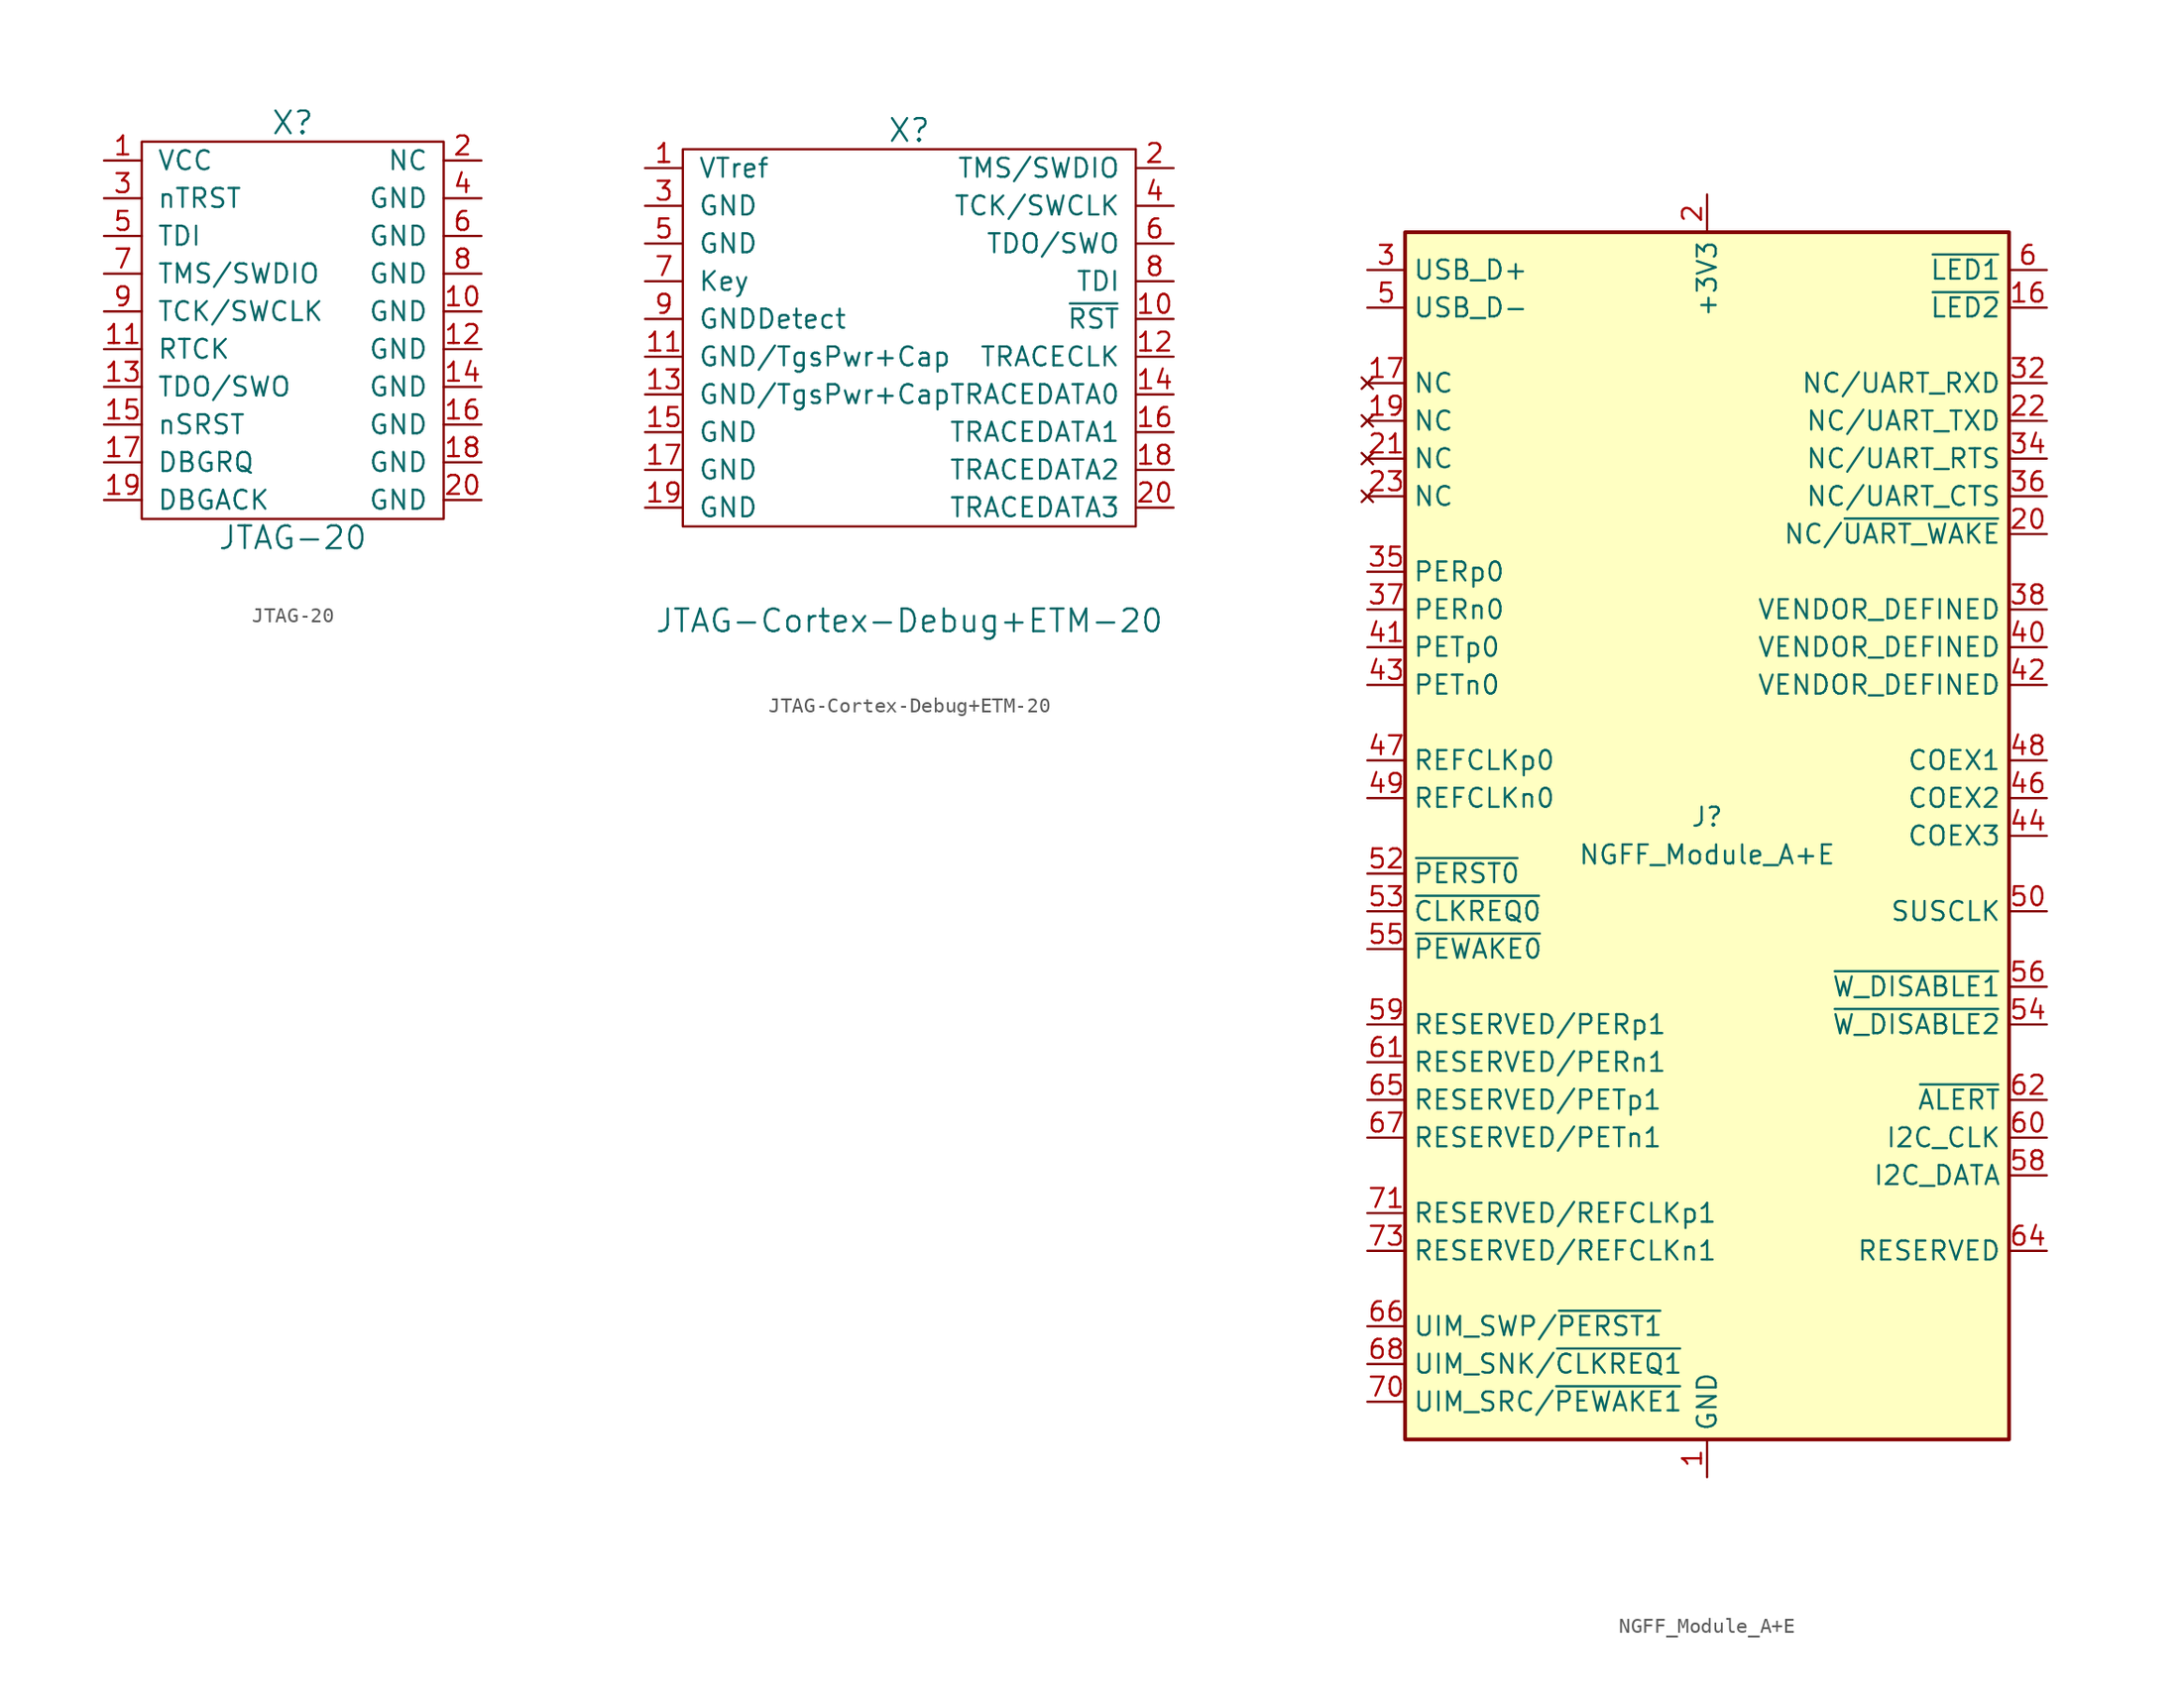
<source format=kicad_sym>
(kicad_symbol_lib
  (version 20201005)
  (generator kicad_symbol_editor)
  (symbol "pkl_conn:JTAG-20"
    (pin_names
      (offset 1.016))
    (property "Reference" "X"
      (at 0 12.7 0)
      (effects (font (size 1.524 1.524))))
    (property "Value" "JTAG-20"
      (at 0 -15.24 0)
      (effects (font (size 1.524 1.524))))
    (property "Footprint" ""
      (at 0 5.08 0)
      (effects (font (size 1.524 1.524))))
    (property "Datasheet" ""
      (at 0 5.08 0)
      (effects (font (size 1.524 1.524))))
    (symbol "JTAG-20_0_1"
      (rectangle (start -10.16 11.43) (end 10.16 -13.97) (stroke (width 0)) (fill (type none))))
    (symbol "JTAG-20_1_1"
      (pin passive line (at -12.7 10.16 0) (length 2.54) (name "VCC" (effects (font (size 1.27 1.27)))) (number "1" (effects (font (size 1.27 1.27)))))
      (pin passive line (at 12.7 0 180) (length 2.54) (name "GND" (effects (font (size 1.27 1.27)))) (number "10" (effects (font (size 1.27 1.27)))))
      (pin passive line (at -12.7 -2.54 0) (length 2.54) (name "RTCK" (effects (font (size 1.27 1.27)))) (number "11" (effects (font (size 1.27 1.27)))))
      (pin passive line (at 12.7 -2.54 180) (length 2.54) (name "GND" (effects (font (size 1.27 1.27)))) (number "12" (effects (font (size 1.27 1.27)))))
      (pin passive line (at -12.7 -5.08 0) (length 2.54) (name "TDO/SWO" (effects (font (size 1.27 1.27)))) (number "13" (effects (font (size 1.27 1.27)))))
      (pin passive line (at 12.7 -5.08 180) (length 2.54) (name "GND" (effects (font (size 1.27 1.27)))) (number "14" (effects (font (size 1.27 1.27)))))
      (pin passive line (at -12.7 -7.62 0) (length 2.54) (name "nSRST" (effects (font (size 1.27 1.27)))) (number "15" (effects (font (size 1.27 1.27)))))
      (pin passive line (at 12.7 -7.62 180) (length 2.54) (name "GND" (effects (font (size 1.27 1.27)))) (number "16" (effects (font (size 1.27 1.27)))))
      (pin passive line (at -12.7 -10.16 0) (length 2.54) (name "DBGRQ" (effects (font (size 1.27 1.27)))) (number "17" (effects (font (size 1.27 1.27)))))
      (pin passive line (at 12.7 -10.16 180) (length 2.54) (name "GND" (effects (font (size 1.27 1.27)))) (number "18" (effects (font (size 1.27 1.27)))))
      (pin passive line (at -12.7 -12.7 0) (length 2.54) (name "DBGACK" (effects (font (size 1.27 1.27)))) (number "19" (effects (font (size 1.27 1.27)))))
      (pin passive line (at 12.7 10.16 180) (length 2.54) (name "NC" (effects (font (size 1.27 1.27)))) (number "2" (effects (font (size 1.27 1.27)))))
      (pin passive line (at 12.7 -12.7 180) (length 2.54) (name "GND" (effects (font (size 1.27 1.27)))) (number "20" (effects (font (size 1.27 1.27)))))
      (pin passive line (at -12.7 7.62 0) (length 2.54) (name "nTRST" (effects (font (size 1.27 1.27)))) (number "3" (effects (font (size 1.27 1.27)))))
      (pin passive line (at 12.7 7.62 180) (length 2.54) (name "GND" (effects (font (size 1.27 1.27)))) (number "4" (effects (font (size 1.27 1.27)))))
      (pin passive line (at -12.7 5.08 0) (length 2.54) (name "TDI" (effects (font (size 1.27 1.27)))) (number "5" (effects (font (size 1.27 1.27)))))
      (pin passive line (at 12.7 5.08 180) (length 2.54) (name "GND" (effects (font (size 1.27 1.27)))) (number "6" (effects (font (size 1.27 1.27)))))
      (pin passive line (at -12.7 2.54 0) (length 2.54) (name "TMS/SWDIO" (effects (font (size 1.27 1.27)))) (number "7" (effects (font (size 1.27 1.27)))))
      (pin passive line (at 12.7 2.54 180) (length 2.54) (name "GND" (effects (font (size 1.27 1.27)))) (number "8" (effects (font (size 1.27 1.27)))))
      (pin passive line (at -12.7 0 0) (length 2.54) (name "TCK/SWCLK" (effects (font (size 1.27 1.27)))) (number "9" (effects (font (size 1.27 1.27)))))))
  (symbol "pkl_conn:JTAG-Cortex-Debug+ETM-20"
    (pin_names
      (offset 1.016))
    (property "Reference" "X"
      (at 0 10.16 0)
      (effects (font (size 1.524 1.524))))
    (property "Value" "JTAG-Cortex-Debug+ETM-20"
      (at 0 -22.86 0)
      (effects (font (size 1.524 1.524))))
    (property "Footprint" ""
      (at 0 0 0)
      (effects (font (size 1.524 1.524))))
    (property "Datasheet" ""
      (at 0 0 0)
      (effects (font (size 1.524 1.524))))
    (symbol "JTAG-Cortex-Debug+ETM-20_0_1"
      (rectangle (start -15.24 8.89) (end 15.24 -16.51) (stroke (width 0)) (fill (type none))))
    (symbol "JTAG-Cortex-Debug+ETM-20_1_1"
      (pin passive line (at -17.78 7.62 0) (length 2.54) (name "VTref" (effects (font (size 1.27 1.27)))) (number "1" (effects (font (size 1.27 1.27)))))
      (pin passive line (at 17.78 -2.54 180) (length 2.54) (name "~RST" (effects (font (size 1.27 1.27)))) (number "10" (effects (font (size 1.27 1.27)))))
      (pin passive line (at -17.78 -5.08 0) (length 2.54) (name "GND/TgsPwr+Cap" (effects (font (size 1.27 1.27)))) (number "11" (effects (font (size 1.27 1.27)))))
      (pin passive line (at 17.78 -5.08 180) (length 2.54) (name "TRACECLK" (effects (font (size 1.27 1.27)))) (number "12" (effects (font (size 1.27 1.27)))))
      (pin passive line (at -17.78 -7.62 0) (length 2.54) (name "GND/TgsPwr+Cap" (effects (font (size 1.27 1.27)))) (number "13" (effects (font (size 1.27 1.27)))))
      (pin passive line (at 17.78 -7.62 180) (length 2.54) (name "TRACEDATA0" (effects (font (size 1.27 1.27)))) (number "14" (effects (font (size 1.27 1.27)))))
      (pin passive line (at -17.78 -10.16 0) (length 2.54) (name "GND" (effects (font (size 1.27 1.27)))) (number "15" (effects (font (size 1.27 1.27)))))
      (pin passive line (at 17.78 -10.16 180) (length 2.54) (name "TRACEDATA1" (effects (font (size 1.27 1.27)))) (number "16" (effects (font (size 1.27 1.27)))))
      (pin passive line (at -17.78 -12.7 0) (length 2.54) (name "GND" (effects (font (size 1.27 1.27)))) (number "17" (effects (font (size 1.27 1.27)))))
      (pin passive line (at 17.78 -12.7 180) (length 2.54) (name "TRACEDATA2" (effects (font (size 1.27 1.27)))) (number "18" (effects (font (size 1.27 1.27)))))
      (pin passive line (at -17.78 -15.24 0) (length 2.54) (name "GND" (effects (font (size 1.27 1.27)))) (number "19" (effects (font (size 1.27 1.27)))))
      (pin passive line (at 17.78 7.62 180) (length 2.54) (name "TMS/SWDIO" (effects (font (size 1.27 1.27)))) (number "2" (effects (font (size 1.27 1.27)))))
      (pin passive line (at 17.78 -15.24 180) (length 2.54) (name "TRACEDATA3" (effects (font (size 1.27 1.27)))) (number "20" (effects (font (size 1.27 1.27)))))
      (pin passive line (at -17.78 5.08 0) (length 2.54) (name "GND" (effects (font (size 1.27 1.27)))) (number "3" (effects (font (size 1.27 1.27)))))
      (pin passive line (at 17.78 5.08 180) (length 2.54) (name "TCK/SWCLK" (effects (font (size 1.27 1.27)))) (number "4" (effects (font (size 1.27 1.27)))))
      (pin passive line (at -17.78 2.54 0) (length 2.54) (name "GND" (effects (font (size 1.27 1.27)))) (number "5" (effects (font (size 1.27 1.27)))))
      (pin passive line (at 17.78 2.54 180) (length 2.54) (name "TDO/SWO" (effects (font (size 1.27 1.27)))) (number "6" (effects (font (size 1.27 1.27)))))
      (pin passive line (at -17.78 0 0) (length 2.54) (name "Key" (effects (font (size 1.27 1.27)))) (number "7" (effects (font (size 1.27 1.27)))))
      (pin passive line (at 17.78 0 180) (length 2.54) (name "TDI" (effects (font (size 1.27 1.27)))) (number "8" (effects (font (size 1.27 1.27)))))
      (pin passive line (at -17.78 -2.54 0) (length 2.54) (name "GNDDetect" (effects (font (size 1.27 1.27)))) (number "9" (effects (font (size 1.27 1.27)))))))
  (symbol "pkl_conn:NGFF_Module_A+E"
    (property "Reference" "J"
      (at 0 1.27 0)
      (effects (font (size 1.27 1.27))))
    (property "Value" "NGFF_Module_A+E"
      (at 0 -1.27 0)
      (effects (font (size 1.27 1.27))))
    (symbol "NGFF_Module_A+E_1_1"
      (rectangle (start -20.32 40.64) (end 20.32 -40.64) (stroke (width 0.254)) (fill (type background)))
      (pin power_in line (at 0 -43.18 90) (length 2.54) (name "GND" (effects (font (size 1.27 1.27)))) (number "1" (effects (font (size 1.27 1.27)))))
      (pin input line (at 22.86 35.56 180) (length 2.54) (name "~LED2" (effects (font (size 1.27 1.27)))) (number "16" (effects (font (size 1.27 1.27)))))
      (pin no_connect line (at -22.86 30.48 0) (length 2.54) (name "NC" (effects (font (size 1.27 1.27)))) (number "17" (effects (font (size 1.27 1.27)))))
      (pin passive line (at 0 -43.18 90) (length 2.54) hide (name "GND" (effects (font (size 1.27 1.27)))) (number "18" (effects (font (size 1.27 1.27)))))
      (pin no_connect line (at -22.86 27.94 0) (length 2.54) (name "NC" (effects (font (size 1.27 1.27)))) (number "19" (effects (font (size 1.27 1.27)))))
      (pin power_in line (at 0 43.18 270) (length 2.54) (name "+3V3" (effects (font (size 1.27 1.27)))) (number "2" (effects (font (size 1.27 1.27)))))
      (pin input line (at 22.86 20.32 180) (length 2.54) (name "NC/~UART_WAKE" (effects (font (size 1.27 1.27)))) (number "20" (effects (font (size 1.27 1.27)))))
      (pin no_connect line (at -22.86 25.4 0) (length 2.54) (name "NC" (effects (font (size 1.27 1.27)))) (number "21" (effects (font (size 1.27 1.27)))))
      (pin input line (at 22.86 27.94 180) (length 2.54) (name "NC/UART_TXD" (effects (font (size 1.27 1.27)))) (number "22" (effects (font (size 1.27 1.27)))))
      (pin no_connect line (at -22.86 22.86 0) (length 2.54) (name "NC" (effects (font (size 1.27 1.27)))) (number "23" (effects (font (size 1.27 1.27)))))
      (pin bidirectional line (at -22.86 38.1 0) (length 2.54) (name "USB_D+" (effects (font (size 1.27 1.27)))) (number "3" (effects (font (size 1.27 1.27)))))
      (pin output line (at 22.86 30.48 180) (length 2.54) (name "NC/UART_RXD" (effects (font (size 1.27 1.27)))) (number "32" (effects (font (size 1.27 1.27)))))
      (pin passive line (at 0 -43.18 90) (length 2.54) hide (name "GND" (effects (font (size 1.27 1.27)))) (number "33" (effects (font (size 1.27 1.27)))))
      (pin input line (at 22.86 25.4 180) (length 2.54) (name "NC/UART_RTS" (effects (font (size 1.27 1.27)))) (number "34" (effects (font (size 1.27 1.27)))))
      (pin input line (at -22.86 17.78 0) (length 2.54) (name "PERp0" (effects (font (size 1.27 1.27)))) (number "35" (effects (font (size 1.27 1.27)))))
      (pin output line (at 22.86 22.86 180) (length 2.54) (name "NC/UART_CTS" (effects (font (size 1.27 1.27)))) (number "36" (effects (font (size 1.27 1.27)))))
      (pin input line (at -22.86 15.24 0) (length 2.54) (name "PERn0" (effects (font (size 1.27 1.27)))) (number "37" (effects (font (size 1.27 1.27)))))
      (pin unspecified line (at 22.86 15.24 180) (length 2.54) (name "VENDOR_DEFINED" (effects (font (size 1.27 1.27)))) (number "38" (effects (font (size 1.27 1.27)))))
      (pin passive line (at 0 -43.18 90) (length 2.54) hide (name "GND" (effects (font (size 1.27 1.27)))) (number "39" (effects (font (size 1.27 1.27)))))
      (pin passive line (at 0 43.18 270) (length 2.54) hide (name "+3V3" (effects (font (size 1.27 1.27)))) (number "4" (effects (font (size 1.27 1.27)))))
      (pin unspecified line (at 22.86 12.7 180) (length 2.54) (name "VENDOR_DEFINED" (effects (font (size 1.27 1.27)))) (number "40" (effects (font (size 1.27 1.27)))))
      (pin output line (at -22.86 12.7 0) (length 2.54) (name "PETp0" (effects (font (size 1.27 1.27)))) (number "41" (effects (font (size 1.27 1.27)))))
      (pin unspecified line (at 22.86 10.16 180) (length 2.54) (name "VENDOR_DEFINED" (effects (font (size 1.27 1.27)))) (number "42" (effects (font (size 1.27 1.27)))))
      (pin output line (at -22.86 10.16 0) (length 2.54) (name "PETn0" (effects (font (size 1.27 1.27)))) (number "43" (effects (font (size 1.27 1.27)))))
      (pin passive line (at 22.86 0 180) (length 2.54) (name "COEX3" (effects (font (size 1.27 1.27)))) (number "44" (effects (font (size 1.27 1.27)))))
      (pin passive line (at 0 -43.18 90) (length 2.54) hide (name "GND" (effects (font (size 1.27 1.27)))) (number "45" (effects (font (size 1.27 1.27)))))
      (pin passive line (at 22.86 2.54 180) (length 2.54) (name "COEX2" (effects (font (size 1.27 1.27)))) (number "46" (effects (font (size 1.27 1.27)))))
      (pin output line (at -22.86 5.08 0) (length 2.54) (name "REFCLKp0" (effects (font (size 1.27 1.27)))) (number "47" (effects (font (size 1.27 1.27)))))
      (pin passive line (at 22.86 5.08 180) (length 2.54) (name "COEX1" (effects (font (size 1.27 1.27)))) (number "48" (effects (font (size 1.27 1.27)))))
      (pin output line (at -22.86 2.54 0) (length 2.54) (name "REFCLKn0" (effects (font (size 1.27 1.27)))) (number "49" (effects (font (size 1.27 1.27)))))
      (pin bidirectional line (at -22.86 35.56 0) (length 2.54) (name "USB_D-" (effects (font (size 1.27 1.27)))) (number "5" (effects (font (size 1.27 1.27)))))
      (pin output line (at 22.86 -5.08 180) (length 2.54) (name "SUSCLK" (effects (font (size 1.27 1.27)))) (number "50" (effects (font (size 1.27 1.27)))))
      (pin passive line (at 0 -43.18 90) (length 2.54) hide (name "GND" (effects (font (size 1.27 1.27)))) (number "51" (effects (font (size 1.27 1.27)))))
      (pin output line (at -22.86 -2.54 0) (length 2.54) (name "~PERST0" (effects (font (size 1.27 1.27)))) (number "52" (effects (font (size 1.27 1.27)))))
      (pin input line (at -22.86 -5.08 0) (length 2.54) (name "~CLKREQ0" (effects (font (size 1.27 1.27)))) (number "53" (effects (font (size 1.27 1.27)))))
      (pin output line (at 22.86 -12.7 180) (length 2.54) (name "~W_DISABLE2" (effects (font (size 1.27 1.27)))) (number "54" (effects (font (size 1.27 1.27)))))
      (pin open_collector line (at -22.86 -7.62 0) (length 2.54) (name "~PEWAKE0" (effects (font (size 1.27 1.27)))) (number "55" (effects (font (size 1.27 1.27)))))
      (pin output line (at 22.86 -10.16 180) (length 2.54) (name "~W_DISABLE1" (effects (font (size 1.27 1.27)))) (number "56" (effects (font (size 1.27 1.27)))))
      (pin passive line (at 0 -43.18 90) (length 2.54) hide (name "GND" (effects (font (size 1.27 1.27)))) (number "57" (effects (font (size 1.27 1.27)))))
      (pin bidirectional line (at 22.86 -22.86 180) (length 2.54) (name "I2C_DATA" (effects (font (size 1.27 1.27)))) (number "58" (effects (font (size 1.27 1.27)))))
      (pin input line (at -22.86 -12.7 0) (length 2.54) (name "RESERVED/PERp1" (effects (font (size 1.27 1.27)))) (number "59" (effects (font (size 1.27 1.27)))))
      (pin input line (at 22.86 38.1 180) (length 2.54) (name "~LED1" (effects (font (size 1.27 1.27)))) (number "6" (effects (font (size 1.27 1.27)))))
      (pin output line (at 22.86 -20.32 180) (length 2.54) (name "I2C_CLK" (effects (font (size 1.27 1.27)))) (number "60" (effects (font (size 1.27 1.27)))))
      (pin input line (at -22.86 -15.24 0) (length 2.54) (name "RESERVED/PERn1" (effects (font (size 1.27 1.27)))) (number "61" (effects (font (size 1.27 1.27)))))
      (pin input line (at 22.86 -17.78 180) (length 2.54) (name "~ALERT" (effects (font (size 1.27 1.27)))) (number "62" (effects (font (size 1.27 1.27)))))
      (pin passive line (at 0 -43.18 90) (length 2.54) hide (name "GND" (effects (font (size 1.27 1.27)))) (number "63" (effects (font (size 1.27 1.27)))))
      (pin unspecified line (at 22.86 -27.94 180) (length 2.54) (name "RESERVED" (effects (font (size 1.27 1.27)))) (number "64" (effects (font (size 1.27 1.27)))))
      (pin output line (at -22.86 -17.78 0) (length 2.54) (name "RESERVED/PETp1" (effects (font (size 1.27 1.27)))) (number "65" (effects (font (size 1.27 1.27)))))
      (pin bidirectional line (at -22.86 -33.02 0) (length 2.54) (name "UIM_SWP/~PERST1" (effects (font (size 1.27 1.27)))) (number "66" (effects (font (size 1.27 1.27)))))
      (pin output line (at -22.86 -20.32 0) (length 2.54) (name "RESERVED/PETn1" (effects (font (size 1.27 1.27)))) (number "67" (effects (font (size 1.27 1.27)))))
      (pin input line (at -22.86 -35.56 0) (length 2.54) (name "UIM_SNK/~CLKREQ1" (effects (font (size 1.27 1.27)))) (number "68" (effects (font (size 1.27 1.27)))))
      (pin passive line (at 0 -43.18 90) (length 2.54) hide (name "GND" (effects (font (size 1.27 1.27)))) (number "69" (effects (font (size 1.27 1.27)))))
      (pin passive line (at 0 -43.18 90) (length 2.54) hide (name "GND" (effects (font (size 1.27 1.27)))) (number "7" (effects (font (size 1.27 1.27)))))
      (pin output line (at -22.86 -38.1 0) (length 2.54) (name "UIM_SRC/~PEWAKE1" (effects (font (size 1.27 1.27)))) (number "70" (effects (font (size 1.27 1.27)))))
      (pin output line (at -22.86 -25.4 0) (length 2.54) (name "RESERVED/REFCLKp1" (effects (font (size 1.27 1.27)))) (number "71" (effects (font (size 1.27 1.27)))))
      (pin passive line (at 0 43.18 270) (length 2.54) hide (name "+3V3" (effects (font (size 1.27 1.27)))) (number "72" (effects (font (size 1.27 1.27)))))
      (pin output line (at -22.86 -27.94 0) (length 2.54) (name "RESERVED/REFCLKn1" (effects (font (size 1.27 1.27)))) (number "73" (effects (font (size 1.27 1.27)))))
      (pin passive line (at 0 43.18 270) (length 2.54) hide (name "+3V3" (effects (font (size 1.27 1.27)))) (number "74" (effects (font (size 1.27 1.27)))))
      (pin passive line (at 0 -43.18 90) (length 2.54) hide (name "GND" (effects (font (size 1.27 1.27)))) (number "75" (effects (font (size 1.27 1.27))))))))
</source>
